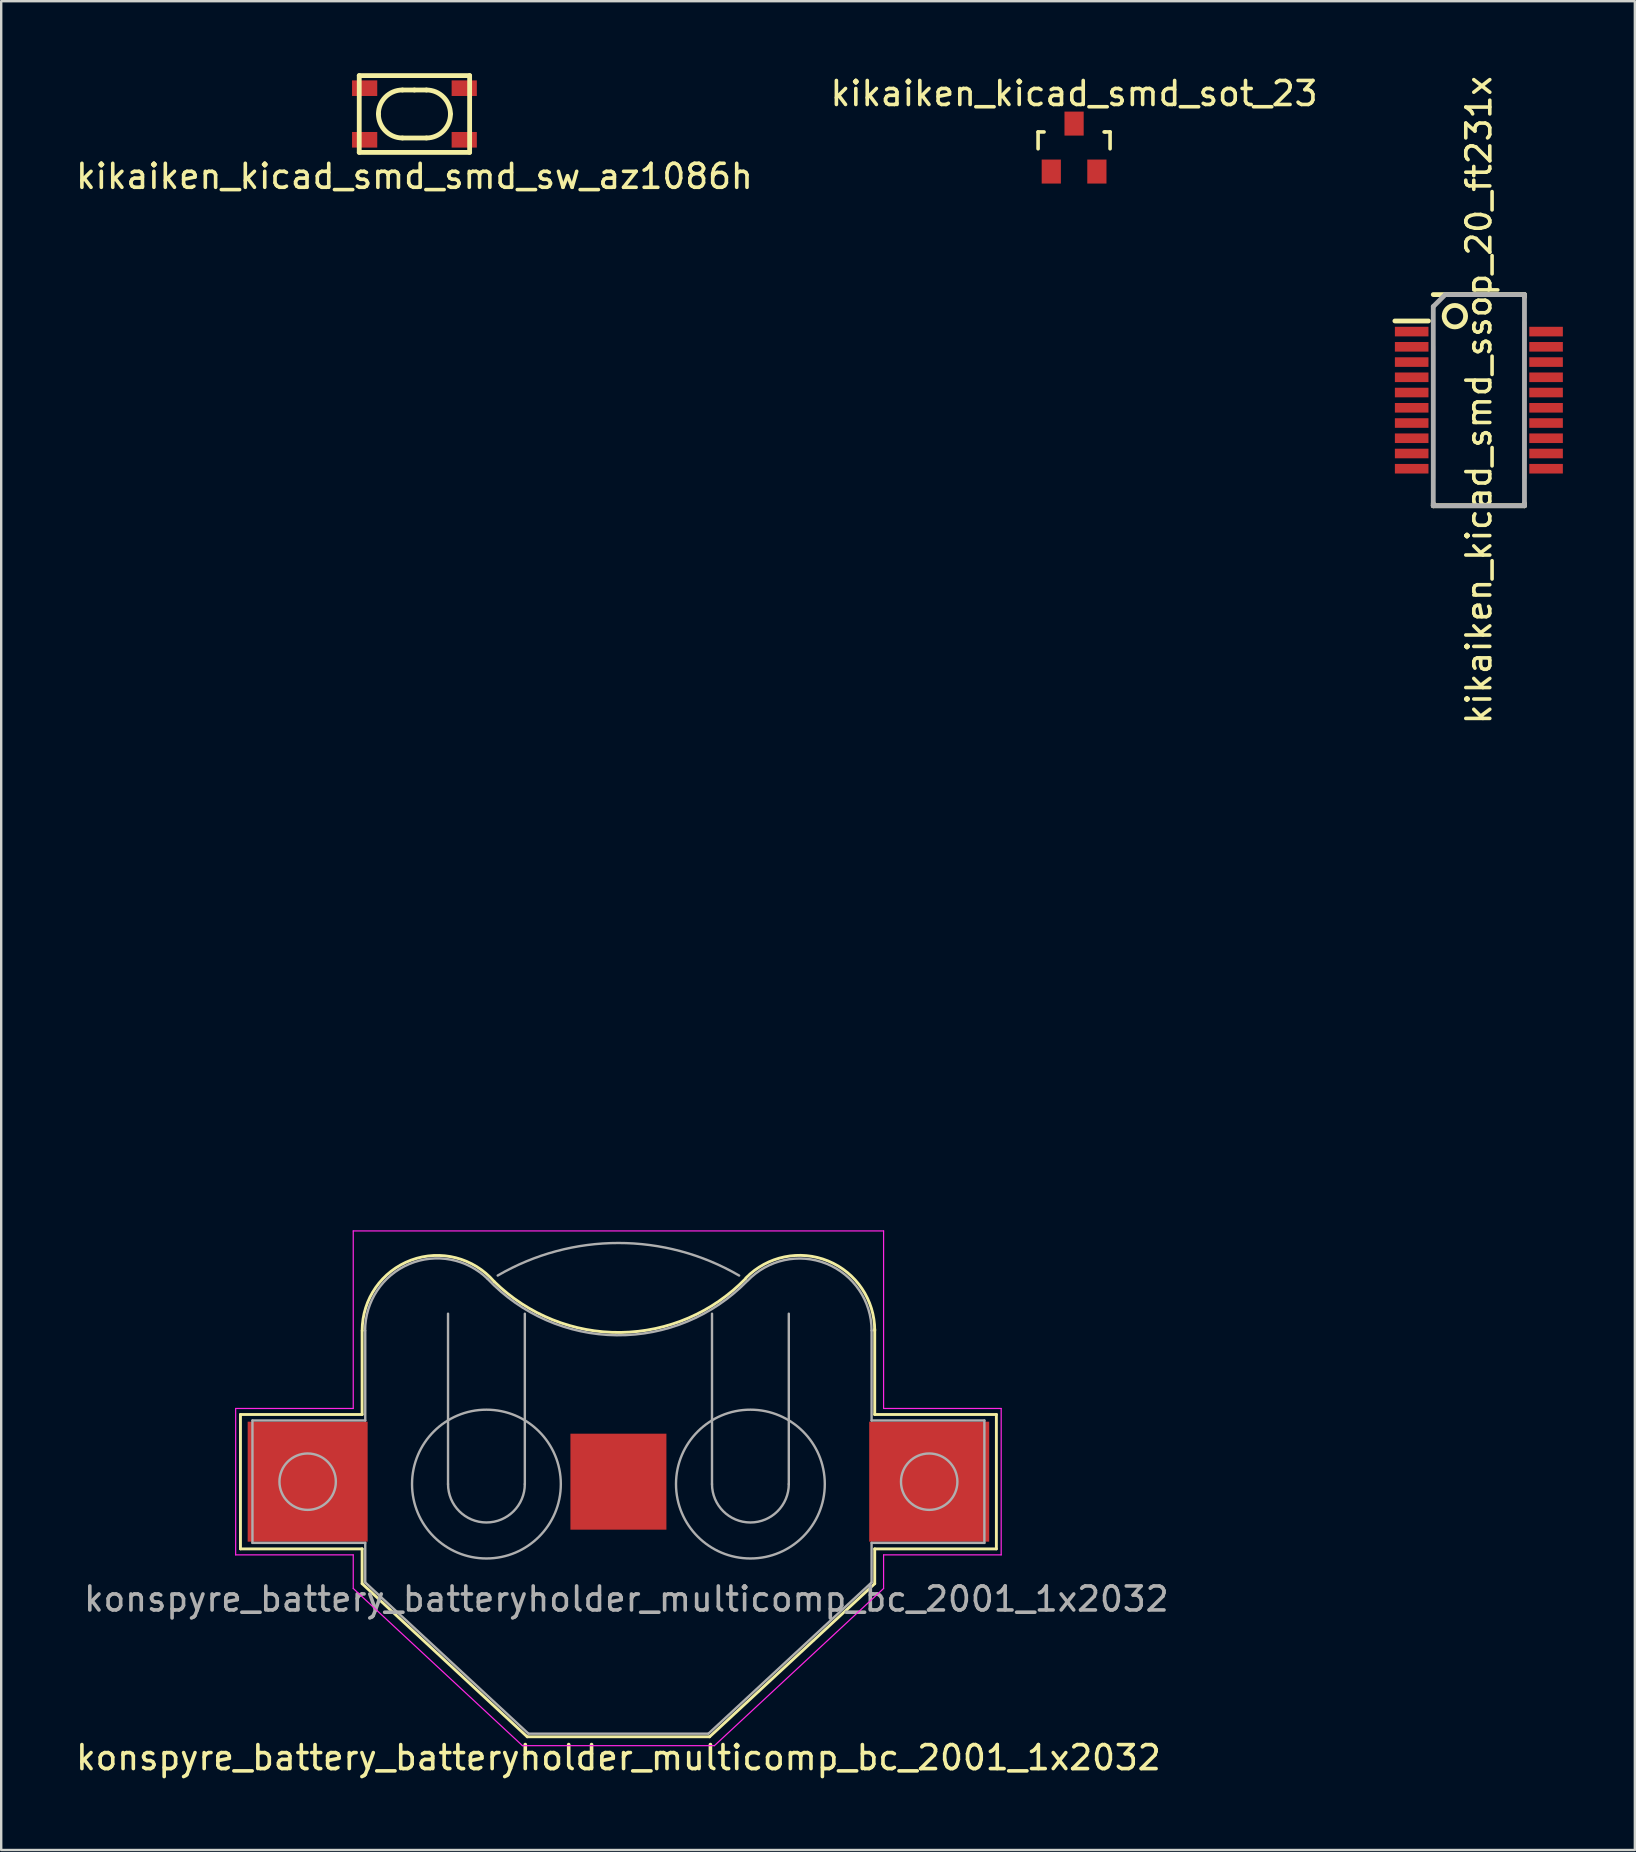
<source format=kicad_pcb>
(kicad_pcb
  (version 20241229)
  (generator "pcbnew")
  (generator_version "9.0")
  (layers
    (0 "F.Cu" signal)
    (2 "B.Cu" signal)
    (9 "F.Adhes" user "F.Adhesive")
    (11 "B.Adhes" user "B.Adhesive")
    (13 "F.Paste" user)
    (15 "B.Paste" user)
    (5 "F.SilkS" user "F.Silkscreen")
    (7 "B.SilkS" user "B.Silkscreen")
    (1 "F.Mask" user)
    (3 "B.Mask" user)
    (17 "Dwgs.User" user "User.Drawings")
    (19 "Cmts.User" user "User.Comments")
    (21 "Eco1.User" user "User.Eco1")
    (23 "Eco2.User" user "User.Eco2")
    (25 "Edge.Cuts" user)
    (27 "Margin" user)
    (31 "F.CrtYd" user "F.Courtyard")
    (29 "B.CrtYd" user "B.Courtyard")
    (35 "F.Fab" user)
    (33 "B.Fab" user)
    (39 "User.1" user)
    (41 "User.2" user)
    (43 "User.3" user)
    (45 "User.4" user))
  (footprint "kikaiken_kicad_smd_smd_sw_az1086h"
    (layer "F.Cu")
    (at 14.22 1.7)
    (property "Reference" "kikaiken_kicad_smd_smd_sw_az1086h" (at 0 2.6 0) (layer "F.SilkS") (effects (font (size 1 1) (thickness 0.15))))
    (attr through_hole)
    (fp_line (start -2.3 -1.6) (end -2.3 1.6) (stroke (width 0.2) (type solid)) (layer "F.SilkS"))
    (fp_line (start -2.3 1.6) (end 2.3 1.6) (stroke (width 0.2) (type solid)) (layer "F.SilkS"))
    (fp_line (start -0.5 1) (end 0.5 1) (stroke (width 0.2) (type solid)) (layer "F.SilkS"))
    (fp_line (start 0 -1) (end -0.5 -1) (stroke (width 0.2) (type solid)) (layer "F.SilkS"))
    (fp_line (start 0 -1) (end 0.5 -1) (stroke (width 0.2) (type solid)) (layer "F.SilkS"))
    (fp_line (start 2.3 -1.6) (end -2.3 -1.6) (stroke (width 0.2) (type solid)) (layer "F.SilkS"))
    (fp_line (start 2.3 1.6) (end 2.3 -1.6) (stroke (width 0.2) (type solid)) (layer "F.SilkS"))
    (fp_arc (start -1.5 0) (mid -1.207107 -0.707107) (end -0.5 -1) (stroke (width 0.2) (type solid)) (layer "F.SilkS"))
    (fp_arc (start -0.5 1) (mid -1.207107 0.707107) (end -1.5 0) (stroke (width 0.2) (type solid)) (layer "F.SilkS"))
    (fp_arc (start 0.5 -1) (mid 1.207107 -0.707107) (end 1.5 0) (stroke (width 0.2) (type solid)) (layer "F.SilkS"))
    (fp_arc (start 1.5 0) (mid 1.207107 0.707107) (end 0.5 1) (stroke (width 0.2) (type solid)) (layer "F.SilkS"))
    (pad "1" smd rect (at -2.075 -1.075) (size 1.05 0.65) (layers "F.Cu" "F.Mask" "F.Paste"))
    (pad "1" smd rect (at 2.075 -1.075) (size 1.05 0.65) (layers "F.Cu" "F.Mask" "F.Paste"))
    (pad "2" smd rect (at -2.075 1.075) (size 1.05 0.65) (layers "F.Cu" "F.Mask" "F.Paste"))
    (pad "2" smd rect (at 2.075 1.075) (size 1.05 0.65) (layers "F.Cu" "F.Mask" "F.Paste")))
  (footprint "konspyre_battery_batteryholder_multicomp_bc_2001_1x2032"
    (layer "F.Cu")
    (at 22.72 58.693)
    (property "Reference" "konspyre_battery_batteryholder_multicomp_bc_2001_1x2032" (at 0 11.5 0) (layer "F.SilkS") (effects (font (size 1 1) (thickness 0.15))))
    (attr smd)
    (fp_line (start -15.75 -2.8) (end -10.68 -2.8) (stroke (width 0.12) (type solid)) (layer "F.SilkS"))
    (fp_line (start -15.75 2.8) (end -15.75 -2.8) (stroke (width 0.12) (type solid)) (layer "F.SilkS"))
    (fp_line (start -15.75 2.8) (end -10.68 2.8) (stroke (width 0.12) (type solid)) (layer "F.SilkS"))
    (fp_line (start -10.68 -2.8) (end -10.68 -6.28) (stroke (width 0.12) (type solid)) (layer "F.SilkS"))
    (fp_line (start -10.68 2.8) (end -10.68 4.25) (stroke (width 0.12) (type solid)) (layer "F.SilkS"))
    (fp_line (start -10.68 4.25) (end -3.8 10.63) (stroke (width 0.12) (type solid)) (layer "F.SilkS"))
    (fp_line (start 3.8 10.63) (end -3.8 10.63) (stroke (width 0.12) (type solid)) (layer "F.SilkS"))
    (fp_line (start 10.68 -2.8) (end 10.68 -6.35) (stroke (width 0.12) (type solid)) (layer "F.SilkS"))
    (fp_line (start 10.68 2.8) (end 10.68 4.25) (stroke (width 0.12) (type solid)) (layer "F.SilkS"))
    (fp_line (start 10.68 2.8) (end 15.75 2.8) (stroke (width 0.12) (type solid)) (layer "F.SilkS"))
    (fp_line (start 10.68 4.25) (end 3.8 10.63) (stroke (width 0.12) (type solid)) (layer "F.SilkS"))
    (fp_line (start 15.75 -2.8) (end 10.68 -2.8) (stroke (width 0.12) (type solid)) (layer "F.SilkS"))
    (fp_line (start 15.75 2.8) (end 15.75 -2.8) (stroke (width 0.12) (type solid)) (layer "F.SilkS"))
    (fp_arc (start -10.677058 -6.3) (mid -8.637972 -9.23169) (end -5.180001 -8.339999) (stroke (width 0.12) (type solid)) (layer "F.SilkS"))
    (fp_arc (start 5.306422 -8.467392) (mid 0.096808 -6.218103) (end -5.169999 -8.330001) (stroke (width 0.12) (type solid)) (layer "F.SilkS"))
    (fp_arc (start 5.316452 -8.492753) (mid 8.734461 -9.197232) (end 10.68 -6.3) (stroke (width 0.12) (type solid)) (layer "F.SilkS"))
    (fp_line (start -15.95 -3.05) (end -15.95 3.05) (stroke (width 0.05) (type solid)) (layer "F.CrtYd"))
    (fp_line (start -15.95 -3.05) (end -11.05 -3.05) (stroke (width 0.05) (type solid)) (layer "F.CrtYd"))
    (fp_line (start -15.95 3.05) (end -11.05 3.05) (stroke (width 0.05) (type solid)) (layer "F.CrtYd"))
    (fp_line (start -11.05 -10.45) (end 11.05 -10.45) (stroke (width 0.05) (type solid)) (layer "F.CrtYd"))
    (fp_line (start -11.05 -3.05) (end -11.05 -10.45) (stroke (width 0.05) (type solid)) (layer "F.CrtYd"))
    (fp_line (start -11.05 3.05) (end -11.05 4.45) (stroke (width 0.05) (type solid)) (layer "F.CrtYd"))
    (fp_line (start -11.05 4.45) (end -4 11) (stroke (width 0.05) (type solid)) (layer "F.CrtYd"))
    (fp_line (start -4 11) (end 4 11) (stroke (width 0.05) (type solid)) (layer "F.CrtYd"))
    (fp_line (start 4 11) (end 11.05 4.45) (stroke (width 0.05) (type solid)) (layer "F.CrtYd"))
    (fp_line (start 11.05 -3.05) (end 11.05 -10.45) (stroke (width 0.05) (type solid)) (layer "F.CrtYd"))
    (fp_line (start 11.05 -3.05) (end 15.95 -3.05) (stroke (width 0.05) (type solid)) (layer "F.CrtYd"))
    (fp_line (start 11.05 3.05) (end 11.05 4.45) (stroke (width 0.05) (type solid)) (layer "F.CrtYd"))
    (fp_line (start 11.05 3.05) (end 15.95 3.05) (stroke (width 0.05) (type solid)) (layer "F.CrtYd"))
    (fp_line (start 15.95 3.05) (end 15.95 -3.05) (stroke (width 0.05) (type solid)) (layer "F.CrtYd"))
    (fp_line (start -15.25 -2.55) (end -15.25 2.55) (stroke (width 0.1) (type solid)) (layer "F.Fab"))
    (fp_line (start -15.25 -2.55) (end -10.55 -2.55) (stroke (width 0.1) (type solid)) (layer "F.Fab"))
    (fp_line (start -15.25 2.55) (end -10.55 2.55) (stroke (width 0.1) (type solid)) (layer "F.Fab"))
    (fp_line (start -10.55 -6.29) (end -10.55 -2.55) (stroke (width 0.1) (type solid)) (layer "F.Fab"))
    (fp_line (start -10.55 2.55) (end -10.55 4.2) (stroke (width 0.1) (type solid)) (layer "F.Fab"))
    (fp_line (start -10.55 4.2) (end -3.75 10.5) (stroke (width 0.1) (type solid)) (layer "F.Fab"))
    (fp_line (start -7.1 0.1) (end -7.1 -7) (stroke (width 0.1) (type solid)) (layer "F.Fab"))
    (fp_line (start -3.9 0.1) (end -3.9 -7) (stroke (width 0.1) (type solid)) (layer "F.Fab"))
    (fp_line (start -3.75 10.5) (end 3.75 10.5) (stroke (width 0.1) (type solid)) (layer "F.Fab"))
    (fp_line (start 3.9 0.1) (end 3.9 -7) (stroke (width 0.1) (type solid)) (layer "F.Fab"))
    (fp_line (start 7.1 0.1) (end 7.1 -7) (stroke (width 0.1) (type solid)) (layer "F.Fab"))
    (fp_line (start 10.55 -6.3) (end 10.55 -2.55) (stroke (width 0.1) (type solid)) (layer "F.Fab"))
    (fp_line (start 10.55 -2.55) (end 15.25 -2.55) (stroke (width 0.1) (type solid)) (layer "F.Fab"))
    (fp_line (start 10.55 2.55) (end 10.55 4.2) (stroke (width 0.1) (type solid)) (layer "F.Fab"))
    (fp_line (start 10.55 2.55) (end 15.25 2.55) (stroke (width 0.1) (type solid)) (layer "F.Fab"))
    (fp_line (start 10.55 4.2) (end 3.75 10.5) (stroke (width 0.1) (type solid)) (layer "F.Fab"))
    (fp_line (start 15.25 2.55) (end 15.25 -2.55) (stroke (width 0.1) (type solid)) (layer "F.Fab"))
    (fp_arc (start -10.55541 -6.3) (mid -8.716433 -9.069824) (end -5.450001 -8.449999) (stroke (width 0.1) (type solid)) (layer "F.Fab"))
    (fp_arc (start -5.03 -8.59) (mid 0.000119 -9.946168) (end 5.030206 -8.58988) (stroke (width 0.1) (type default)) (layer "F.Fab"))
    (fp_arc (start -3.9 0.1) (mid -5.5 1.7) (end -7.1 0.1) (stroke (width 0.1) (type solid)) (layer "F.Fab"))
    (fp_arc (start 5.351903 -8.348132) (mid -0.070711 -6.102001) (end -5.449999 -8.450001) (stroke (width 0.1) (type solid)) (layer "F.Fab"))
    (fp_arc (start 5.376326 -8.367641) (mid 8.663323 -9.085769) (end 10.55 -6.3) (stroke (width 0.1) (type solid)) (layer "F.Fab"))
    (fp_arc (start 7.1 0.1) (mid 5.5 1.7) (end 3.9 0.1) (stroke (width 0.1) (type solid)) (layer "F.Fab"))
    (fp_circle (center -12.95 0) (end -11.775 0) (stroke (width 0.1) (type solid)) (fill no) (layer "F.Fab"))
    (fp_circle (center -5.5 0.1) (end -2.4 0.1) (stroke (width 0.1) (type solid)) (fill no) (layer "F.Fab"))
    (fp_circle (center 5.5 0.1) (end 8.6 0.1) (stroke (width 0.1) (type solid)) (fill no) (layer "F.Fab"))
    (fp_circle (center 12.95 0) (end 14.125 0) (stroke (width 0.1) (type solid)) (fill no) (layer "F.Fab"))
    (fp_text user "${REFERENCE}" (at 0.33 4.89 0) (layer "F.Fab") (effects (font (size 1 1) (thickness 0.15))))
    (pad "1" smd rect (at -12.95 0) (size 5 5) (layers "F.Cu" "F.Mask" "F.Paste"))
    (pad "1" smd rect (at 12.95 0) (size 5 5) (layers "F.Cu" "F.Mask" "F.Paste"))
    (pad "2" smd rect (at 0 0) (size 4 4) (layers "F.Cu" "F.Mask" "F.Paste"))
    (zone (net_name "") (layers "F.Cu" "F.Fab") (hatch edge 0.5) (connect_pads) (min_thickness 0.25) (filled_areas_thickness no) (keepout (tracks allowed) (vias allowed) (pads allowed) (copperpour allowed) (footprints not_allowed)) (placement (enabled no)) (fill) (polygon (pts (xy 23.69 30.29) (xy 24.334 30.37) (xy 24.973 30.489) (xy 25.603 30.648) (xy 26.223 30.845) (xy 26.828 31.079) (xy 27.419 31.351) (xy 27.991 31.658) (xy 28.544 32.001) (xy 29.074 32.376) (xy 29.58 32.783) (xy 30.06 33.221) (xy 30.513 33.688) (xy 30.936 34.181) (xy 31.327 34.7) (xy 31.686 35.241) (xy 32.011 35.804) (xy 32.301 36.386) (xy 32.554 36.984) (xy 32.77 37.597) (xy 32.948 38.222) (xy 33.087 38.857) (xy 33.186 39.499) (xy 33.246 40.146) (xy 33.266 40.795) (xy 33.246 41.445) (xy 33.186 42.092) (xy 33.087 42.734) (xy 32.948 43.368) (xy 32.77 43.993) (xy 32.554 44.606) (xy 32.301 45.205) (xy 32.011 45.786) (xy 31.686 46.349) (xy 31.327 46.891) (xy 30.936 47.409) (xy 30.513 47.903) (xy 30.06 48.369) (xy 29.58 48.807) (xy 29.074 49.214) (xy 28.544 49.59) (xy 27.991 49.932) (xy 27.419 50.239) (xy 26.828 50.511) (xy 26.223 50.746) (xy 25.603 50.942) (xy 24.973 51.101) (xy 24.334 51.22) (xy 23.69 51.3) (xy 23.041 51.34) (xy 22.391 51.34) (xy 21.743 51.3) (xy 21.098 51.22) (xy 20.459 51.101) (xy 19.829 50.942) (xy 19.21 50.746) (xy 18.604 50.511) (xy 18.014 50.239) (xy 17.441 49.932) (xy 16.889 49.59) (xy 16.358 49.214) (xy 15.852 48.807) (xy 15.372 48.369) (xy 14.92 47.903) (xy 14.497 47.409) (xy 14.105 46.891) (xy 13.746 46.349) (xy 13.421 45.786) (xy 13.132 45.205) (xy 12.878 44.606) (xy 12.663 43.993) (xy 12.485 43.368) (xy 12.346 42.734) (xy 12.246 42.092) (xy 12.186 41.445) (xy 12.166 40.795) (xy 12.186 40.146) (xy 12.246 39.499) (xy 12.346 38.857) (xy 12.485 38.222) (xy 12.663 37.597) (xy 12.878 36.984) (xy 13.132 36.386) (xy 13.421 35.804) (xy 13.746 35.241) (xy 14.105 34.7) (xy 14.497 34.181) (xy 14.92 33.688) (xy 15.372 33.221) (xy 15.852 32.783) (xy 16.358 32.376) (xy 16.889 32.001) (xy 17.441 31.658) (xy 18.014 31.351) (xy 18.604 31.079) (xy 19.21 30.845) (xy 19.829 30.648) (xy 20.459 30.489) (xy 21.098 30.37) (xy 21.743 30.29) (xy 22.391 30.25) (xy 23.041 30.25)))))
  (footprint "kikaiken_kicad_smd_sot_23"
    (layer "F.Cu")
    (at 41.708 3.098)
    (property "Reference" "kikaiken_kicad_smd_sot_23" (at 0 -2.25 0) (layer "F.SilkS") (effects (font (size 1 1) (thickness 0.15))))
    (attr smd)
    (fp_line (start -1.5 -0.65) (end -1.251 -0.65) (stroke (width 0.15) (type solid)) (layer "F.SilkS"))
    (fp_line (start -1.5 0.051) (end -1.5 -0.65) (stroke (width 0.15) (type solid)) (layer "F.SilkS"))
    (fp_line (start 1.299 -0.65) (end 1.251 -0.65) (stroke (width 0.15) (type solid)) (layer "F.SilkS"))
    (fp_line (start 1.299 -0.65) (end 1.5 -0.65) (stroke (width 0.15) (type solid)) (layer "F.SilkS"))
    (fp_line (start 1.5 -0.65) (end 1.5 0.051) (stroke (width 0.15) (type solid)) (layer "F.SilkS"))
    (pad "1" smd rect (at -0.95 1.001) (size 0.8 1) (layers "F.Cu" "F.Mask" "F.Paste"))
    (pad "2" smd rect (at 0.95 1.001) (size 0.8 1) (layers "F.Cu" "F.Mask" "F.Paste"))
    (pad "3" smd rect (at 0 -0.998) (size 0.8 1) (layers "F.Cu" "F.Mask" "F.Paste")))
  (footprint "kikaiken_kicad_smd_ssop_20_ft231x"
    (layer "F.Cu")
    (at 58.576 13.625)
    (property "Reference" "kikaiken_kicad_smd_ssop_20_ft231x" (at 0 0 90) (layer "F.SilkS") (effects (font (size 1 1) (thickness 0.15))))
    (attr smd)
    (fp_line (start -3.5 -3.3) (end -2.1 -3.3) (stroke (width 0.2) (type solid)) (layer "F.SilkS"))
    (fp_line (start -1.9 -4.4) (end 1.9 -4.4) (stroke (width 0.2) (type solid)) (layer "F.SilkS"))
    (fp_line (start -1.9 4.3) (end -1.9 4.4) (stroke (width 0.2) (type solid)) (layer "F.SilkS"))
    (fp_line (start -1.9 4.4) (end 1.9 4.4) (stroke (width 0.2) (type solid)) (layer "F.SilkS"))
    (fp_line (start 1.9 -4.4) (end 1.9 -4.3) (stroke (width 0.2) (type solid)) (layer "F.SilkS"))
    (fp_line (start 1.9 4.4) (end 1.9 4.3) (stroke (width 0.2) (type solid)) (layer "F.SilkS"))
    (fp_circle (center -1 -3.5) (end -1.2 -3.1) (stroke (width 0.2) (type solid)) (fill no) (layer "F.SilkS"))
    (fp_line (start -1.9 -3.9) (end -1.4 -4.4) (stroke (width 0.2) (type solid)) (layer "F.Fab"))
    (fp_line (start -1.9 3.25) (end -1.9 -2.25) (stroke (width 0.15) (type solid)) (layer "F.Fab"))
    (fp_line (start -1.9 4.4) (end -1.9 -3.9) (stroke (width 0.2) (type solid)) (layer "F.Fab"))
    (fp_line (start -1.4 -4.4) (end 1.9 -4.4) (stroke (width 0.2) (type solid)) (layer "F.Fab"))
    (fp_line (start 1.9 -4.4) (end 1.9 4.4) (stroke (width 0.2) (type solid)) (layer "F.Fab"))
    (fp_line (start 1.9 -3.25) (end 1.9 3.25) (stroke (width 0.15) (type solid)) (layer "F.Fab"))
    (fp_line (start 1.9 4.4) (end -1.9 4.4) (stroke (width 0.2) (type solid)) (layer "F.Fab"))
    (pad "1" smd rect (at -2.8 -2.857) (size 1.4 0.4) (layers "F.Cu" "F.Mask" "F.Paste"))
    (pad "2" smd rect (at -2.8 -2.223) (size 1.4 0.4) (layers "F.Cu" "F.Mask" "F.Paste"))
    (pad "3" smd rect (at -2.8 -1.587) (size 1.4 0.4) (layers "F.Cu" "F.Mask" "F.Paste"))
    (pad "4" smd rect (at -2.8 -0.953) (size 1.4 0.4) (layers "F.Cu" "F.Mask" "F.Paste"))
    (pad "5" smd rect (at -2.8 -0.318) (size 1.4 0.4) (layers "F.Cu" "F.Mask" "F.Paste"))
    (pad "6" smd rect (at -2.8 0.318) (size 1.4 0.4) (layers "F.Cu" "F.Mask" "F.Paste"))
    (pad "7" smd rect (at -2.8 0.953) (size 1.4 0.4) (layers "F.Cu" "F.Mask" "F.Paste"))
    (pad "8" smd rect (at -2.8 1.587) (size 1.4 0.4) (layers "F.Cu" "F.Mask" "F.Paste"))
    (pad "9" smd rect (at -2.8 2.223) (size 1.4 0.4) (layers "F.Cu" "F.Mask" "F.Paste"))
    (pad "10" smd rect (at -2.8 2.857) (size 1.4 0.4) (layers "F.Cu" "F.Mask" "F.Paste"))
    (pad "11" smd rect (at 2.8 2.857) (size 1.4 0.4) (layers "F.Cu" "F.Mask" "F.Paste"))
    (pad "12" smd rect (at 2.8 2.223) (size 1.4 0.4) (layers "F.Cu" "F.Mask" "F.Paste"))
    (pad "13" smd rect (at 2.8 1.587) (size 1.4 0.4) (layers "F.Cu" "F.Mask" "F.Paste"))
    (pad "14" smd rect (at 2.8 0.953) (size 1.4 0.4) (layers "F.Cu" "F.Mask" "F.Paste"))
    (pad "15" smd rect (at 2.8 0.318) (size 1.4 0.4) (layers "F.Cu" "F.Mask" "F.Paste"))
    (pad "16" smd rect (at 2.8 -0.318) (size 1.4 0.4) (layers "F.Cu" "F.Mask" "F.Paste"))
    (pad "17" smd rect (at 2.8 -0.953) (size 1.4 0.4) (layers "F.Cu" "F.Mask" "F.Paste"))
    (pad "18" smd rect (at 2.8 -1.587) (size 1.4 0.4) (layers "F.Cu" "F.Mask" "F.Paste"))
    (pad "19" smd rect (at 2.8 -2.223) (size 1.4 0.4) (layers "F.Cu" "F.Mask" "F.Paste"))
    (pad "20" smd rect (at 2.8 -2.857) (size 1.4 0.4) (layers "F.Cu" "F.Mask" "F.Paste")))
  (gr_rect
    (start -3 -3)
    (end 65.076 74.042)
    (stroke (width 0.1) (type default))
    (fill no)
    (layer "Edge.Cuts")))
</source>
